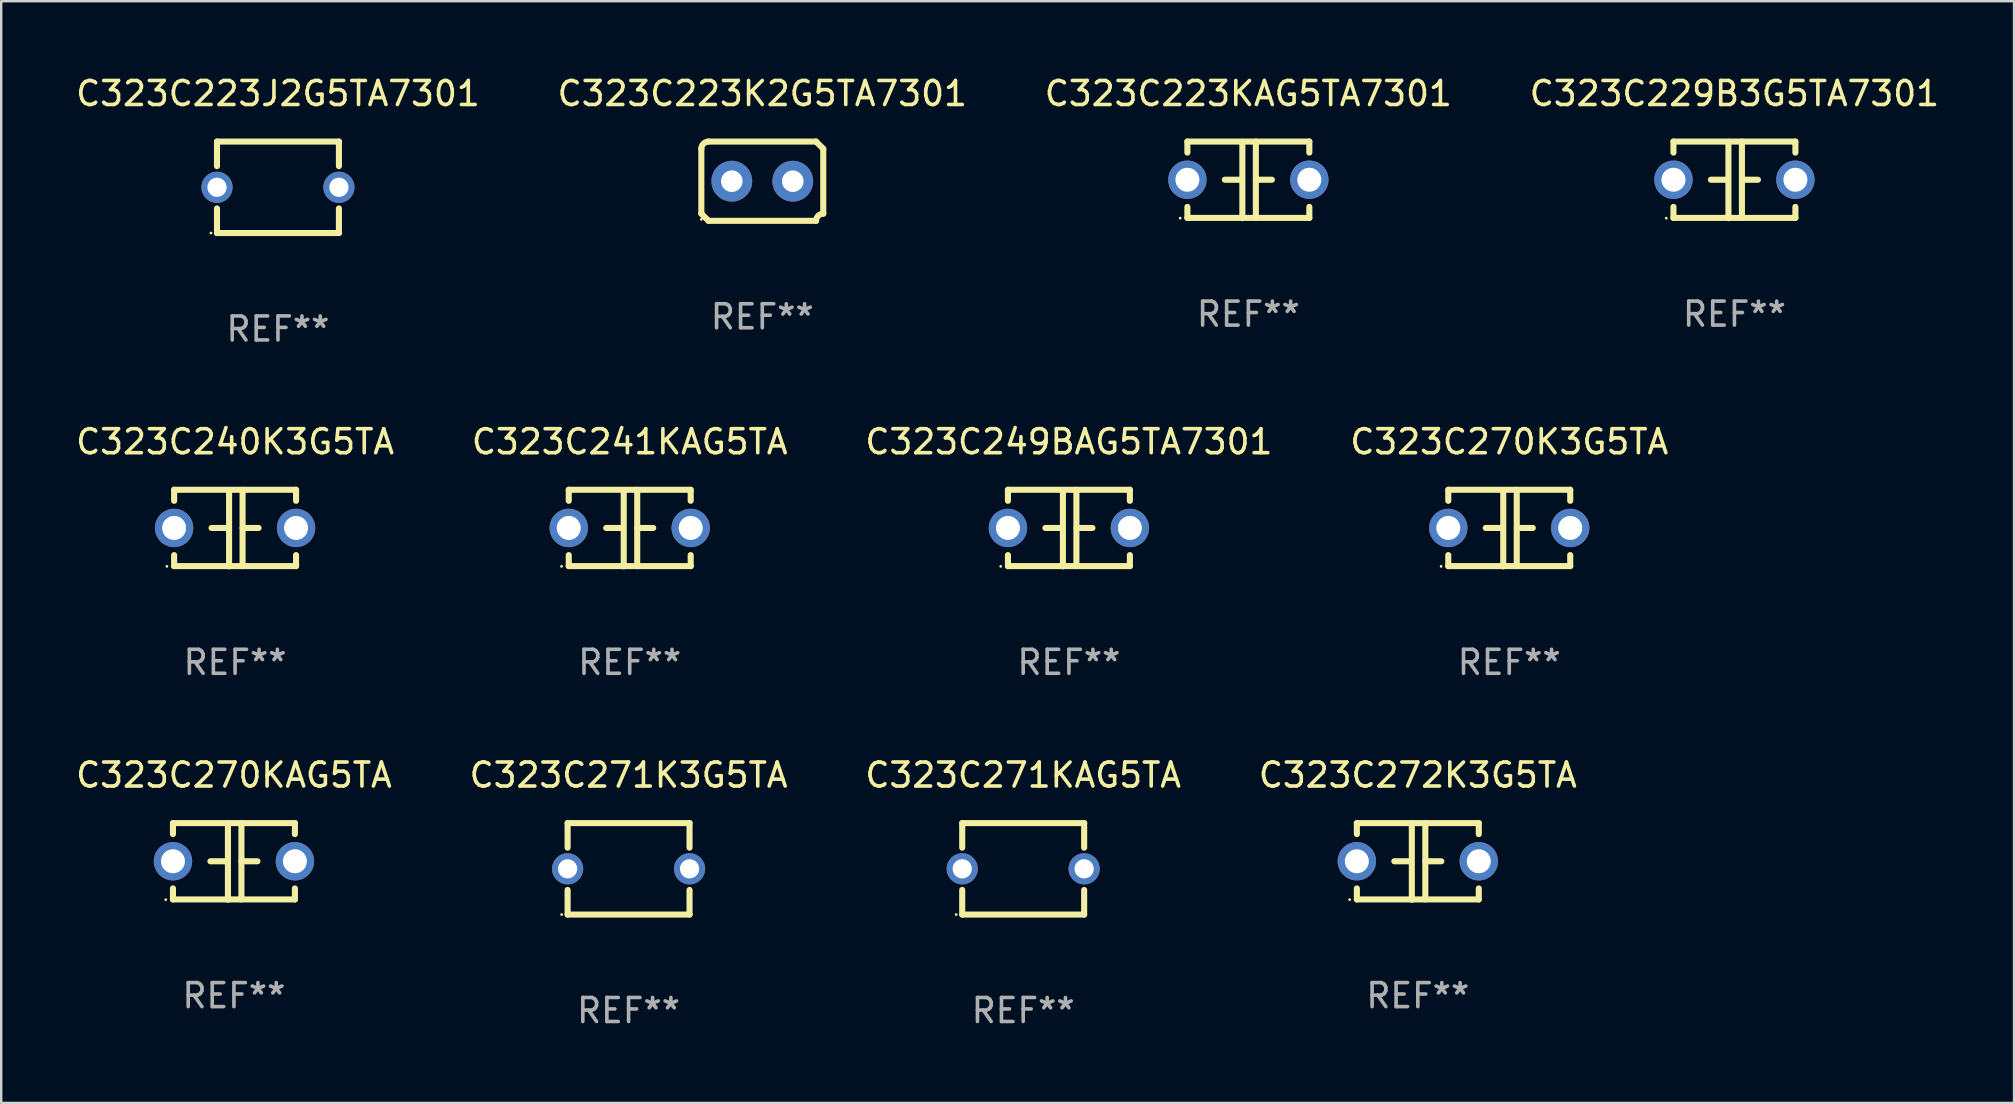
<source format=kicad_pcb>
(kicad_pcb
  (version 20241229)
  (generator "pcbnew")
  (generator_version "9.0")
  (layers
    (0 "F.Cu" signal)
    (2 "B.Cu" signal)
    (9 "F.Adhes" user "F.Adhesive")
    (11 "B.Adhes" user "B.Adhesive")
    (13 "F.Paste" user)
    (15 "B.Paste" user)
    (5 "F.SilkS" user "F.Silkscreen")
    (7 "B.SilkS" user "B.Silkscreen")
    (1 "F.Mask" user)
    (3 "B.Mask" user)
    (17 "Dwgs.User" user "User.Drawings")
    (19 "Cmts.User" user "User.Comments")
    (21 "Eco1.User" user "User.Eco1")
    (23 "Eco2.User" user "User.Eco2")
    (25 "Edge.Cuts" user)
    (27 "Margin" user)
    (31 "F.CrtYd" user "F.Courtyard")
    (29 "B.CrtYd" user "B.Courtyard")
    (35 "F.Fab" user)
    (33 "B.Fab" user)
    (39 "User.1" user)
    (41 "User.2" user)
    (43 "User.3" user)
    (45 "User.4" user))
  (footprint "C323C223J2G5TA7301"
    (layer "F.Cu")
    (at 8.53 4.753)
    (property "Reference" "C323C223J2G5TA7301" (at 0 -3.905 0) (layer "F.SilkS") (effects (font (size 1 1) (thickness 0.15))))
    (attr through_hole)
    (fp_line (start -2.54 -1.905) (end -2.54 -0.881) (stroke (width 0.254) (type solid)) (layer "F.SilkS"))
    (fp_line (start -2.54 0.881) (end -2.54 1.905) (stroke (width 0.254) (type solid)) (layer "F.SilkS"))
    (fp_line (start -2.54 1.905) (end 2.54 1.905) (stroke (width 0.254) (type solid)) (layer "F.SilkS"))
    (fp_line (start 2.54 -1.905) (end -2.54 -1.905) (stroke (width 0.254) (type solid)) (layer "F.SilkS"))
    (fp_line (start 2.54 -0.881) (end 2.54 -1.905) (stroke (width 0.254) (type solid)) (layer "F.SilkS"))
    (fp_line (start 2.54 1.905) (end 2.54 0.881) (stroke (width 0.254) (type solid)) (layer "F.SilkS"))
    (fp_circle (center -2.79 1.905) (end -2.76 1.905) (stroke (width 0.06) (type solid)) (fill no) (layer "F.SilkS"))
    (fp_text user "REF**" (at 0 5.905 0) (layer "F.Fab") (effects (font (size 1 1) (thickness 0.15))))
    (pad "1" thru_hole circle (at -2.54 0) (size 1.3 1.3) (drill 0.8) (layers "*.Cu" "*.Mask"))
    (pad "2" thru_hole circle (at 2.54 0) (size 1.3 1.3) (drill 0.8) (layers "*.Cu" "*.Mask")))
  (footprint "C323C229B3G5TA7301"
    (layer "F.Cu")
    (at 69.208 4.443)
    (property "Reference" "C323C229B3G5TA7301" (at 0 -3.595 0) (layer "F.SilkS") (effects (font (size 1 1) (thickness 0.15))))
    (attr through_hole)
    (fp_line (start -2.54 -1.595) (end -2.54 -1.136) (stroke (width 0.254) (type solid)) (layer "F.SilkS"))
    (fp_line (start -2.54 -1.595) (end 2.54 -1.595) (stroke (width 0.254) (type solid)) (layer "F.SilkS"))
    (fp_line (start -2.54 1.126) (end -2.54 1.585) (stroke (width 0.254) (type solid)) (layer "F.SilkS"))
    (fp_line (start -0.312 -0.005) (end -0.98 -0.005) (stroke (width 0.254) (type solid)) (layer "F.SilkS"))
    (fp_line (start -0.25 -1.585) (end -0.25 1.595) (stroke (width 0.254) (type solid)) (layer "F.SilkS"))
    (fp_line (start 0.312 -1.595) (end 0.312 1.585) (stroke (width 0.254) (type solid)) (layer "F.SilkS"))
    (fp_line (start 0.312 -0.005) (end 0.98 -0.005) (stroke (width 0.254) (type solid)) (layer "F.SilkS"))
    (fp_line (start 2.54 -1.595) (end 2.54 -1.136) (stroke (width 0.254) (type solid)) (layer "F.SilkS"))
    (fp_line (start 2.54 1.126) (end 2.54 1.585) (stroke (width 0.254) (type solid)) (layer "F.SilkS"))
    (fp_line (start 2.54 1.585) (end -2.54 1.585) (stroke (width 0.254) (type solid)) (layer "F.SilkS"))
    (fp_circle (center -2.84 1.595) (end -2.81 1.595) (stroke (width 0.06) (type solid)) (fill no) (layer "F.SilkS"))
    (fp_text user "REF**" (at 0 5.595 0) (layer "F.Fab") (effects (font (size 1 1) (thickness 0.15))))
    (pad "1" thru_hole circle (at -2.54 -0.005) (size 1.6 1.6) (drill 1) (layers "*.Cu" "*.Mask"))
    (pad "2" thru_hole circle (at 2.54 -0.005) (size 1.6 1.6) (drill 1) (layers "*.Cu" "*.Mask")))
  (footprint "C323C240K3G5TA"
    (layer "F.Cu")
    (at 6.744 18.95)
    (property "Reference" "C323C240K3G5TA" (at 0 -3.595 0) (layer "F.SilkS") (effects (font (size 1 1) (thickness 0.15))))
    (attr through_hole)
    (fp_line (start -2.54 -1.595) (end -2.54 -1.136) (stroke (width 0.254) (type solid)) (layer "F.SilkS"))
    (fp_line (start -2.54 -1.595) (end 2.54 -1.595) (stroke (width 0.254) (type solid)) (layer "F.SilkS"))
    (fp_line (start -2.54 1.126) (end -2.54 1.585) (stroke (width 0.254) (type solid)) (layer "F.SilkS"))
    (fp_line (start -0.312 -0.005) (end -0.98 -0.005) (stroke (width 0.254) (type solid)) (layer "F.SilkS"))
    (fp_line (start -0.25 -1.585) (end -0.25 1.595) (stroke (width 0.254) (type solid)) (layer "F.SilkS"))
    (fp_line (start 0.312 -1.595) (end 0.312 1.585) (stroke (width 0.254) (type solid)) (layer "F.SilkS"))
    (fp_line (start 0.312 -0.005) (end 0.98 -0.005) (stroke (width 0.254) (type solid)) (layer "F.SilkS"))
    (fp_line (start 2.54 -1.595) (end 2.54 -1.136) (stroke (width 0.254) (type solid)) (layer "F.SilkS"))
    (fp_line (start 2.54 1.126) (end 2.54 1.585) (stroke (width 0.254) (type solid)) (layer "F.SilkS"))
    (fp_line (start 2.54 1.585) (end -2.54 1.585) (stroke (width 0.254) (type solid)) (layer "F.SilkS"))
    (fp_circle (center -2.84 1.595) (end -2.81 1.595) (stroke (width 0.06) (type solid)) (fill no) (layer "F.SilkS"))
    (fp_text user "REF**" (at 0 5.595 0) (layer "F.Fab") (effects (font (size 1 1) (thickness 0.15))))
    (pad "1" thru_hole circle (at -2.54 -0.005) (size 1.6 1.6) (drill 1) (layers "*.Cu" "*.Mask"))
    (pad "2" thru_hole circle (at 2.54 -0.005) (size 1.6 1.6) (drill 1) (layers "*.Cu" "*.Mask")))
  (footprint "C323C271KAG5TA"
    (layer "F.Cu")
    (at 39.577 33.146)
    (property "Reference" "C323C271KAG5TA" (at 0 -3.905 0) (layer "F.SilkS") (effects (font (size 1 1) (thickness 0.15))))
    (attr through_hole)
    (fp_line (start -2.54 -1.905) (end -2.54 -0.881) (stroke (width 0.254) (type solid)) (layer "F.SilkS"))
    (fp_line (start -2.54 0.881) (end -2.54 1.905) (stroke (width 0.254) (type solid)) (layer "F.SilkS"))
    (fp_line (start -2.54 1.905) (end 2.54 1.905) (stroke (width 0.254) (type solid)) (layer "F.SilkS"))
    (fp_line (start 2.54 -1.905) (end -2.54 -1.905) (stroke (width 0.254) (type solid)) (layer "F.SilkS"))
    (fp_line (start 2.54 -0.881) (end 2.54 -1.905) (stroke (width 0.254) (type solid)) (layer "F.SilkS"))
    (fp_line (start 2.54 1.905) (end 2.54 0.881) (stroke (width 0.254) (type solid)) (layer "F.SilkS"))
    (fp_circle (center -2.79 1.905) (end -2.76 1.905) (stroke (width 0.06) (type solid)) (fill no) (layer "F.SilkS"))
    (fp_text user "REF**" (at 0 5.905 0) (layer "F.Fab") (effects (font (size 1 1) (thickness 0.15))))
    (pad "1" thru_hole circle (at -2.54 0) (size 1.3 1.3) (drill 0.8) (layers "*.Cu" "*.Mask"))
    (pad "2" thru_hole circle (at 2.54 0) (size 1.3 1.3) (drill 0.8) (layers "*.Cu" "*.Mask")))
  (footprint "C323C270K3G5TA"
    (layer "F.Cu")
    (at 59.827 18.95)
    (property "Reference" "C323C270K3G5TA" (at 0 -3.595 0) (layer "F.SilkS") (effects (font (size 1 1) (thickness 0.15))))
    (attr through_hole)
    (fp_line (start -2.54 -1.595) (end -2.54 -1.136) (stroke (width 0.254) (type solid)) (layer "F.SilkS"))
    (fp_line (start -2.54 -1.595) (end 2.54 -1.595) (stroke (width 0.254) (type solid)) (layer "F.SilkS"))
    (fp_line (start -2.54 1.126) (end -2.54 1.585) (stroke (width 0.254) (type solid)) (layer "F.SilkS"))
    (fp_line (start -0.312 -0.005) (end -0.98 -0.005) (stroke (width 0.254) (type solid)) (layer "F.SilkS"))
    (fp_line (start -0.25 -1.585) (end -0.25 1.595) (stroke (width 0.254) (type solid)) (layer "F.SilkS"))
    (fp_line (start 0.312 -1.595) (end 0.312 1.585) (stroke (width 0.254) (type solid)) (layer "F.SilkS"))
    (fp_line (start 0.312 -0.005) (end 0.98 -0.005) (stroke (width 0.254) (type solid)) (layer "F.SilkS"))
    (fp_line (start 2.54 -1.595) (end 2.54 -1.136) (stroke (width 0.254) (type solid)) (layer "F.SilkS"))
    (fp_line (start 2.54 1.126) (end 2.54 1.585) (stroke (width 0.254) (type solid)) (layer "F.SilkS"))
    (fp_line (start 2.54 1.585) (end -2.54 1.585) (stroke (width 0.254) (type solid)) (layer "F.SilkS"))
    (fp_circle (center -2.84 1.595) (end -2.81 1.595) (stroke (width 0.06) (type solid)) (fill no) (layer "F.SilkS"))
    (fp_text user "REF**" (at 0 5.595 0) (layer "F.Fab") (effects (font (size 1 1) (thickness 0.15))))
    (pad "1" thru_hole circle (at -2.54 -0.005) (size 1.6 1.6) (drill 1) (layers "*.Cu" "*.Mask"))
    (pad "2" thru_hole circle (at 2.54 -0.005) (size 1.6 1.6) (drill 1) (layers "*.Cu" "*.Mask")))
  (footprint "C323C272K3G5TA"
    (layer "F.Cu")
    (at 56.018 32.836)
    (property "Reference" "C323C272K3G5TA" (at 0 -3.595 0) (layer "F.SilkS") (effects (font (size 1 1) (thickness 0.15))))
    (attr through_hole)
    (fp_line (start -2.54 -1.595) (end -2.54 -1.136) (stroke (width 0.254) (type solid)) (layer "F.SilkS"))
    (fp_line (start -2.54 -1.595) (end 2.54 -1.595) (stroke (width 0.254) (type solid)) (layer "F.SilkS"))
    (fp_line (start -2.54 1.126) (end -2.54 1.585) (stroke (width 0.254) (type solid)) (layer "F.SilkS"))
    (fp_line (start -0.312 -0.005) (end -0.98 -0.005) (stroke (width 0.254) (type solid)) (layer "F.SilkS"))
    (fp_line (start -0.25 -1.585) (end -0.25 1.595) (stroke (width 0.254) (type solid)) (layer "F.SilkS"))
    (fp_line (start 0.312 -1.595) (end 0.312 1.585) (stroke (width 0.254) (type solid)) (layer "F.SilkS"))
    (fp_line (start 0.312 -0.005) (end 0.98 -0.005) (stroke (width 0.254) (type solid)) (layer "F.SilkS"))
    (fp_line (start 2.54 -1.595) (end 2.54 -1.136) (stroke (width 0.254) (type solid)) (layer "F.SilkS"))
    (fp_line (start 2.54 1.126) (end 2.54 1.585) (stroke (width 0.254) (type solid)) (layer "F.SilkS"))
    (fp_line (start 2.54 1.585) (end -2.54 1.585) (stroke (width 0.254) (type solid)) (layer "F.SilkS"))
    (fp_circle (center -2.84 1.595) (end -2.81 1.595) (stroke (width 0.06) (type solid)) (fill no) (layer "F.SilkS"))
    (fp_text user "REF**" (at 0 5.595 0) (layer "F.Fab") (effects (font (size 1 1) (thickness 0.15))))
    (pad "1" thru_hole circle (at -2.54 -0.005) (size 1.6 1.6) (drill 1) (layers "*.Cu" "*.Mask"))
    (pad "2" thru_hole circle (at 2.54 -0.005) (size 1.6 1.6) (drill 1) (layers "*.Cu" "*.Mask")))
  (footprint "C323C241KAG5TA"
    (layer "F.Cu")
    (at 23.185 18.95)
    (property "Reference" "C323C241KAG5TA" (at 0 -3.595 0) (layer "F.SilkS") (effects (font (size 1 1) (thickness 0.15))))
    (attr through_hole)
    (fp_line (start -2.54 -1.595) (end -2.54 -1.136) (stroke (width 0.254) (type solid)) (layer "F.SilkS"))
    (fp_line (start -2.54 -1.595) (end 2.54 -1.595) (stroke (width 0.254) (type solid)) (layer "F.SilkS"))
    (fp_line (start -2.54 1.126) (end -2.54 1.585) (stroke (width 0.254) (type solid)) (layer "F.SilkS"))
    (fp_line (start -0.312 -0.005) (end -0.98 -0.005) (stroke (width 0.254) (type solid)) (layer "F.SilkS"))
    (fp_line (start -0.25 -1.585) (end -0.25 1.595) (stroke (width 0.254) (type solid)) (layer "F.SilkS"))
    (fp_line (start 0.312 -1.595) (end 0.312 1.585) (stroke (width 0.254) (type solid)) (layer "F.SilkS"))
    (fp_line (start 0.312 -0.005) (end 0.98 -0.005) (stroke (width 0.254) (type solid)) (layer "F.SilkS"))
    (fp_line (start 2.54 -1.595) (end 2.54 -1.136) (stroke (width 0.254) (type solid)) (layer "F.SilkS"))
    (fp_line (start 2.54 1.126) (end 2.54 1.585) (stroke (width 0.254) (type solid)) (layer "F.SilkS"))
    (fp_line (start 2.54 1.585) (end -2.54 1.585) (stroke (width 0.254) (type solid)) (layer "F.SilkS"))
    (fp_circle (center -2.84 1.595) (end -2.81 1.595) (stroke (width 0.06) (type solid)) (fill no) (layer "F.SilkS"))
    (fp_text user "REF**" (at 0 5.595 0) (layer "F.Fab") (effects (font (size 1 1) (thickness 0.15))))
    (pad "1" thru_hole circle (at -2.54 -0.005) (size 1.6 1.6) (drill 1) (layers "*.Cu" "*.Mask"))
    (pad "2" thru_hole circle (at 2.54 -0.005) (size 1.6 1.6) (drill 1) (layers "*.Cu" "*.Mask")))
  (footprint "C323C223K2G5TA7301"
    (layer "F.Cu")
    (at 28.708 4.499)
    (property "Reference" "C323C223K2G5TA7301" (at 0 -3.651 0) (layer "F.SilkS") (effects (font (size 1 1) (thickness 0.15))))
    (attr through_hole)
    (fp_line (start -2.54 -1.351) (end -2.54 1.351) (stroke (width 0.254) (type solid)) (layer "F.SilkS"))
    (fp_line (start -2.24 -1.651) (end 2.24 -1.651) (stroke (width 0.254) (type solid)) (layer "F.SilkS"))
    (fp_line (start 2.24 1.651) (end -2.24 1.651) (stroke (width 0.254) (type solid)) (layer "F.SilkS"))
    (fp_line (start 2.54 1.351) (end 2.54 -1.351) (stroke (width 0.254) (type solid)) (layer "F.SilkS"))
    (fp_arc (start -2.540005 -1.351283) (mid -2.450115 -1.561309) (end -2.240005 -1.651003) (stroke (width 0.254001) (type solid)) (layer "F.SilkS"))
    (fp_arc (start -2.240287 1.651001) (mid -2.390163 1.501019) (end -2.540005 1.351003) (stroke (width 0.254001) (type solid)) (layer "F.SilkS"))
    (fp_arc (start 2.240005 1.651003) (mid 2.329934 1.441015) (end 2.540005 1.351282) (stroke (width 0.254001) (type solid)) (layer "F.SilkS"))
    (fp_arc (start 2.540005 -1.351003) (mid 2.389393 -1.500252) (end 2.240284 -1.651003) (stroke (width 0.254001) (type solid)) (layer "F.SilkS"))
    (fp_circle (center -2.54 1.59) (end -2.51 1.59) (stroke (width 0.06) (type solid)) (fill no) (layer "F.SilkS"))
    (fp_text user "REF**" (at 0 5.651 0) (layer "F.Fab") (effects (font (size 1 1) (thickness 0.15))))
    (pad "1" thru_hole circle (at -1.27 0) (size 1.7 1.7) (drill 0.9) (layers "*.Cu" "*.Mask"))
    (pad "2" thru_hole circle (at 1.27 0) (size 1.7 1.7) (drill 0.9) (layers "*.Cu" "*.Mask")))
  (footprint "C323C249BAG5TA7301"
    (layer "F.Cu")
    (at 41.482 18.95)
    (property "Reference" "C323C249BAG5TA7301" (at 0 -3.595 0) (layer "F.SilkS") (effects (font (size 1 1) (thickness 0.15))))
    (attr through_hole)
    (fp_line (start -2.54 -1.595) (end -2.54 -1.136) (stroke (width 0.254) (type solid)) (layer "F.SilkS"))
    (fp_line (start -2.54 -1.595) (end 2.54 -1.595) (stroke (width 0.254) (type solid)) (layer "F.SilkS"))
    (fp_line (start -2.54 1.126) (end -2.54 1.585) (stroke (width 0.254) (type solid)) (layer "F.SilkS"))
    (fp_line (start -0.312 -0.005) (end -0.98 -0.005) (stroke (width 0.254) (type solid)) (layer "F.SilkS"))
    (fp_line (start -0.25 -1.585) (end -0.25 1.595) (stroke (width 0.254) (type solid)) (layer "F.SilkS"))
    (fp_line (start 0.312 -1.595) (end 0.312 1.585) (stroke (width 0.254) (type solid)) (layer "F.SilkS"))
    (fp_line (start 0.312 -0.005) (end 0.98 -0.005) (stroke (width 0.254) (type solid)) (layer "F.SilkS"))
    (fp_line (start 2.54 -1.595) (end 2.54 -1.136) (stroke (width 0.254) (type solid)) (layer "F.SilkS"))
    (fp_line (start 2.54 1.126) (end 2.54 1.585) (stroke (width 0.254) (type solid)) (layer "F.SilkS"))
    (fp_line (start 2.54 1.585) (end -2.54 1.585) (stroke (width 0.254) (type solid)) (layer "F.SilkS"))
    (fp_circle (center -2.84 1.595) (end -2.81 1.595) (stroke (width 0.06) (type solid)) (fill no) (layer "F.SilkS"))
    (fp_text user "REF**" (at 0 5.595 0) (layer "F.Fab") (effects (font (size 1 1) (thickness 0.15))))
    (pad "1" thru_hole circle (at -2.54 -0.005) (size 1.6 1.6) (drill 1) (layers "*.Cu" "*.Mask"))
    (pad "2" thru_hole circle (at 2.54 -0.005) (size 1.6 1.6) (drill 1) (layers "*.Cu" "*.Mask")))
  (footprint "C323C223KAG5TA7301"
    (layer "F.Cu")
    (at 48.958 4.443)
    (property "Reference" "C323C223KAG5TA7301" (at 0 -3.595 0) (layer "F.SilkS") (effects (font (size 1 1) (thickness 0.15))))
    (attr through_hole)
    (fp_line (start -2.54 -1.595) (end -2.54 -1.136) (stroke (width 0.254) (type solid)) (layer "F.SilkS"))
    (fp_line (start -2.54 -1.595) (end 2.54 -1.595) (stroke (width 0.254) (type solid)) (layer "F.SilkS"))
    (fp_line (start -2.54 1.126) (end -2.54 1.585) (stroke (width 0.254) (type solid)) (layer "F.SilkS"))
    (fp_line (start -0.312 -0.005) (end -0.98 -0.005) (stroke (width 0.254) (type solid)) (layer "F.SilkS"))
    (fp_line (start -0.25 -1.585) (end -0.25 1.595) (stroke (width 0.254) (type solid)) (layer "F.SilkS"))
    (fp_line (start 0.312 -1.595) (end 0.312 1.585) (stroke (width 0.254) (type solid)) (layer "F.SilkS"))
    (fp_line (start 0.312 -0.005) (end 0.98 -0.005) (stroke (width 0.254) (type solid)) (layer "F.SilkS"))
    (fp_line (start 2.54 -1.595) (end 2.54 -1.136) (stroke (width 0.254) (type solid)) (layer "F.SilkS"))
    (fp_line (start 2.54 1.126) (end 2.54 1.585) (stroke (width 0.254) (type solid)) (layer "F.SilkS"))
    (fp_line (start 2.54 1.585) (end -2.54 1.585) (stroke (width 0.254) (type solid)) (layer "F.SilkS"))
    (fp_circle (center -2.84 1.595) (end -2.81 1.595) (stroke (width 0.06) (type solid)) (fill no) (layer "F.SilkS"))
    (fp_text user "REF**" (at 0 5.595 0) (layer "F.Fab") (effects (font (size 1 1) (thickness 0.15))))
    (pad "1" thru_hole circle (at -2.54 -0.005) (size 1.6 1.6) (drill 1) (layers "*.Cu" "*.Mask"))
    (pad "2" thru_hole circle (at 2.54 -0.005) (size 1.6 1.6) (drill 1) (layers "*.Cu" "*.Mask")))
  (footprint "C323C270KAG5TA"
    (layer "F.Cu")
    (at 6.696 32.836)
    (property "Reference" "C323C270KAG5TA" (at 0 -3.595 0) (layer "F.SilkS") (effects (font (size 1 1) (thickness 0.15))))
    (attr through_hole)
    (fp_line (start -2.54 -1.595) (end -2.54 -1.136) (stroke (width 0.254) (type solid)) (layer "F.SilkS"))
    (fp_line (start -2.54 -1.595) (end 2.54 -1.595) (stroke (width 0.254) (type solid)) (layer "F.SilkS"))
    (fp_line (start -2.54 1.126) (end -2.54 1.585) (stroke (width 0.254) (type solid)) (layer "F.SilkS"))
    (fp_line (start -0.312 -0.005) (end -0.98 -0.005) (stroke (width 0.254) (type solid)) (layer "F.SilkS"))
    (fp_line (start -0.25 -1.585) (end -0.25 1.595) (stroke (width 0.254) (type solid)) (layer "F.SilkS"))
    (fp_line (start 0.312 -1.595) (end 0.312 1.585) (stroke (width 0.254) (type solid)) (layer "F.SilkS"))
    (fp_line (start 0.312 -0.005) (end 0.98 -0.005) (stroke (width 0.254) (type solid)) (layer "F.SilkS"))
    (fp_line (start 2.54 -1.595) (end 2.54 -1.136) (stroke (width 0.254) (type solid)) (layer "F.SilkS"))
    (fp_line (start 2.54 1.126) (end 2.54 1.585) (stroke (width 0.254) (type solid)) (layer "F.SilkS"))
    (fp_line (start 2.54 1.585) (end -2.54 1.585) (stroke (width 0.254) (type solid)) (layer "F.SilkS"))
    (fp_circle (center -2.84 1.595) (end -2.81 1.595) (stroke (width 0.06) (type solid)) (fill no) (layer "F.SilkS"))
    (fp_text user "REF**" (at 0 5.595 0) (layer "F.Fab") (effects (font (size 1 1) (thickness 0.15))))
    (pad "1" thru_hole circle (at -2.54 -0.005) (size 1.6 1.6) (drill 1) (layers "*.Cu" "*.Mask"))
    (pad "2" thru_hole circle (at 2.54 -0.005) (size 1.6 1.6) (drill 1) (layers "*.Cu" "*.Mask")))
  (footprint "C323C271K3G5TA"
    (layer "F.Cu")
    (at 23.137 33.146)
    (property "Reference" "C323C271K3G5TA" (at 0 -3.905 0) (layer "F.SilkS") (effects (font (size 1 1) (thickness 0.15))))
    (attr through_hole)
    (fp_line (start -2.54 -1.905) (end -2.54 -0.881) (stroke (width 0.254) (type solid)) (layer "F.SilkS"))
    (fp_line (start -2.54 0.881) (end -2.54 1.905) (stroke (width 0.254) (type solid)) (layer "F.SilkS"))
    (fp_line (start -2.54 1.905) (end 2.54 1.905) (stroke (width 0.254) (type solid)) (layer "F.SilkS"))
    (fp_line (start 2.54 -1.905) (end -2.54 -1.905) (stroke (width 0.254) (type solid)) (layer "F.SilkS"))
    (fp_line (start 2.54 -0.881) (end 2.54 -1.905) (stroke (width 0.254) (type solid)) (layer "F.SilkS"))
    (fp_line (start 2.54 1.905) (end 2.54 0.881) (stroke (width 0.254) (type solid)) (layer "F.SilkS"))
    (fp_circle (center -2.79 1.905) (end -2.76 1.905) (stroke (width 0.06) (type solid)) (fill no) (layer "F.SilkS"))
    (fp_text user "REF**" (at 0 5.905 0) (layer "F.Fab") (effects (font (size 1 1) (thickness 0.15))))
    (pad "1" thru_hole circle (at -2.54 0) (size 1.3 1.3) (drill 0.8) (layers "*.Cu" "*.Mask"))
    (pad "2" thru_hole circle (at 2.54 0) (size 1.3 1.3) (drill 0.8) (layers "*.Cu" "*.Mask")))
  (gr_rect
    (start -3 -3)
    (end 80.857 42.899)
    (stroke (width 0.1) (type default))
    (fill no)
    (layer "Edge.Cuts")))
</source>
